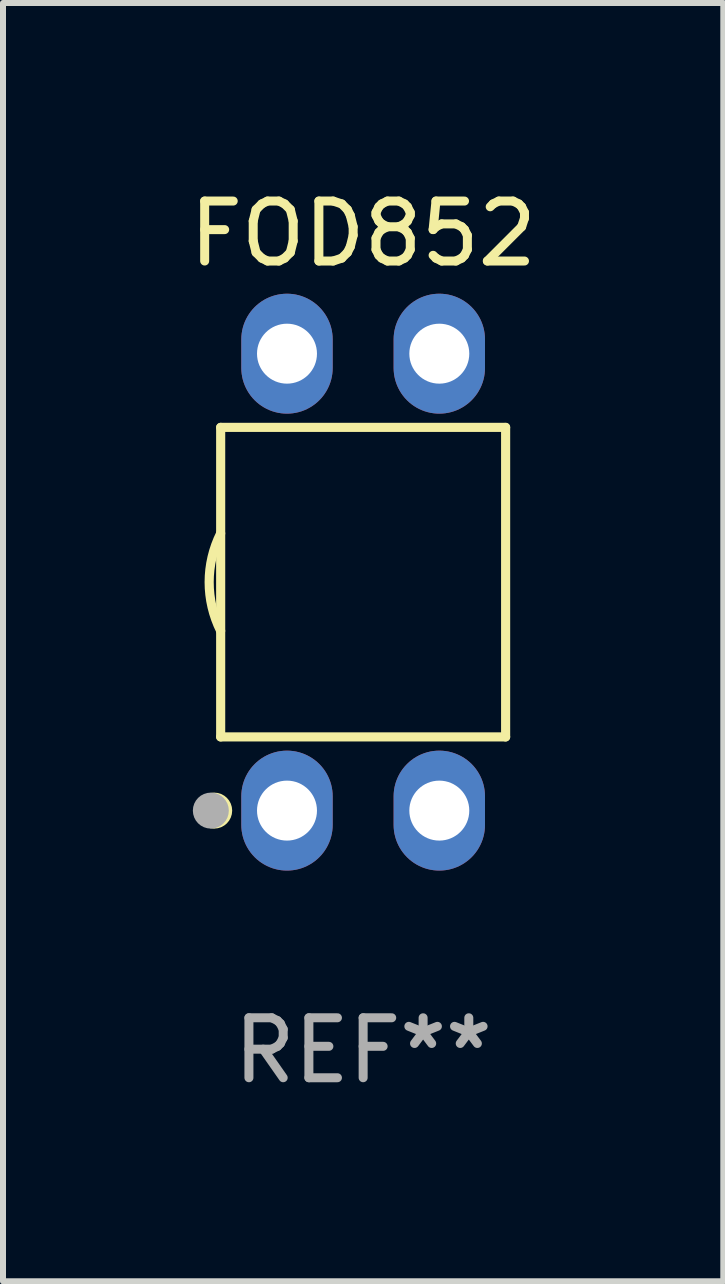
<source format=kicad_pcb>
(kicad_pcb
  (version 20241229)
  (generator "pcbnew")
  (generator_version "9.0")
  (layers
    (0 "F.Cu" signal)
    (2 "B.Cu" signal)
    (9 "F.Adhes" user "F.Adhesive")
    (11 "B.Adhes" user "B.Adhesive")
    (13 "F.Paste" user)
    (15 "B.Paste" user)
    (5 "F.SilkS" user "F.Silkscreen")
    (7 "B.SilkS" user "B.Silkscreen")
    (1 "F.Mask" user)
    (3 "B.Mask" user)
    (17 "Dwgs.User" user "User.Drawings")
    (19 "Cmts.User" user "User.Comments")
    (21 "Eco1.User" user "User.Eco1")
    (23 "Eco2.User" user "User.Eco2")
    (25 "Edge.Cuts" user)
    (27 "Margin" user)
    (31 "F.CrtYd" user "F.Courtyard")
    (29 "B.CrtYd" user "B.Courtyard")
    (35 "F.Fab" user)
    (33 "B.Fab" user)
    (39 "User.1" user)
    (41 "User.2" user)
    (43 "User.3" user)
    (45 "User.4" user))
  (footprint "FOD852"
    (layer "F.Cu")
    (at 3.006 6.658)
    (property "Reference" "FOD852" (at 0 -5.81 0) (layer "F.SilkS") (effects (font (size 1 1) (thickness 0.15))))
    (attr through_hole)
    (fp_line (start -2.376 -2.581) (end 2.376 -2.581) (stroke (width 0.152) (type solid)) (layer "F.SilkS"))
    (fp_line (start -2.376 2.581) (end -2.376 -2.581) (stroke (width 0.152) (type solid)) (layer "F.SilkS"))
    (fp_line (start 2.376 -2.581) (end 2.376 2.581) (stroke (width 0.152) (type solid)) (layer "F.SilkS"))
    (fp_line (start 2.376 2.581) (end -2.376 2.581) (stroke (width 0.152) (type solid)) (layer "F.SilkS"))
    (fp_arc (start -2.3762 0.812496) (mid -2.568004 0) (end -2.3762 -0.812497) (stroke (width 0.1524) (type solid)) (layer "F.SilkS"))
    (fp_circle (center -2.484 3.81) (end -2.334 3.81) (stroke (width 0.3) (type solid)) (fill no) (layer "F.SilkS"))
    (fp_circle (center -2.3 3.935) (end -2.27 3.935) (stroke (width 0.06) (type solid)) (fill no) (layer "F.SilkS"))
    (fp_circle (center -2.54 3.81) (end -2.39 3.81) (stroke (width 0.3) (type solid)) (fill no) (layer "F.Fab"))
    (fp_text user "REF**" (at 0 7.81 0) (layer "F.Fab") (effects (font (size 1 1) (thickness 0.15))))
    (pad "1" thru_hole oval (at -1.27 3.81) (size 1.524 2) (drill 1) (layers "*.Cu" "*.Mask"))
    (pad "2" thru_hole oval (at 1.27 3.81) (size 1.524 2) (drill 1) (layers "*.Cu" "*.Mask"))
    (pad "3" thru_hole oval (at 1.27 -3.81) (size 1.524 2) (drill 1) (layers "*.Cu" "*.Mask"))
    (pad "4" thru_hole oval (at -1.27 -3.81) (size 1.524 2) (drill 1) (layers "*.Cu" "*.Mask")))
  (gr_rect
    (start -3 -3)
    (end 9.012 18.317)
    (stroke (width 0.1) (type default))
    (fill no)
    (layer "Edge.Cuts")))
</source>
